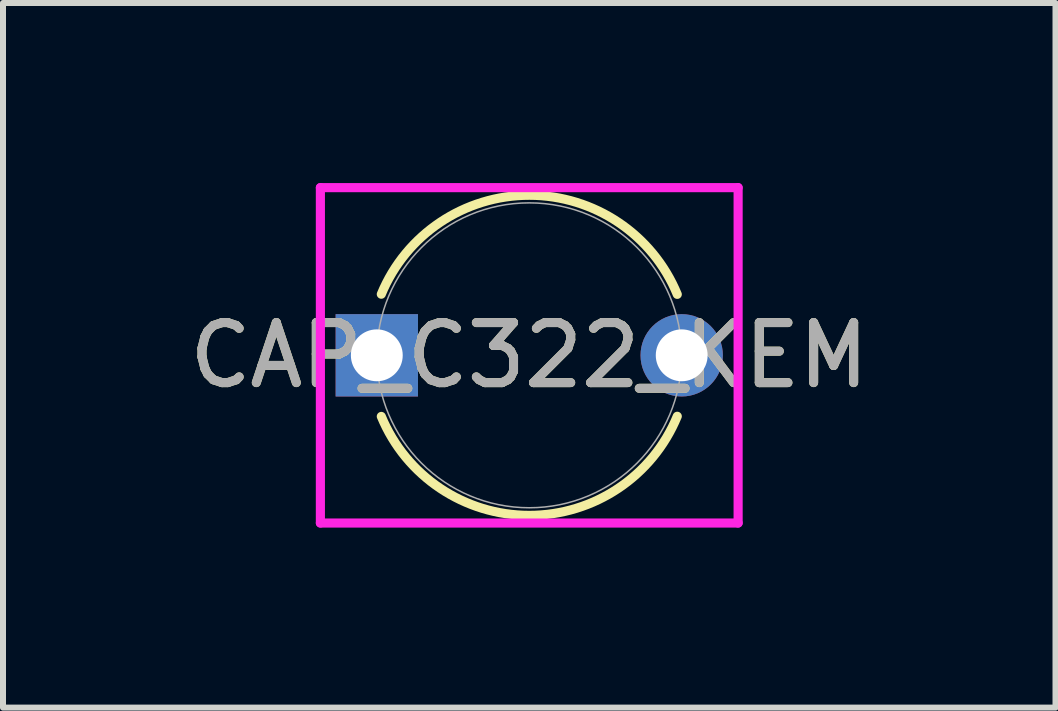
<source format=kicad_pcb>
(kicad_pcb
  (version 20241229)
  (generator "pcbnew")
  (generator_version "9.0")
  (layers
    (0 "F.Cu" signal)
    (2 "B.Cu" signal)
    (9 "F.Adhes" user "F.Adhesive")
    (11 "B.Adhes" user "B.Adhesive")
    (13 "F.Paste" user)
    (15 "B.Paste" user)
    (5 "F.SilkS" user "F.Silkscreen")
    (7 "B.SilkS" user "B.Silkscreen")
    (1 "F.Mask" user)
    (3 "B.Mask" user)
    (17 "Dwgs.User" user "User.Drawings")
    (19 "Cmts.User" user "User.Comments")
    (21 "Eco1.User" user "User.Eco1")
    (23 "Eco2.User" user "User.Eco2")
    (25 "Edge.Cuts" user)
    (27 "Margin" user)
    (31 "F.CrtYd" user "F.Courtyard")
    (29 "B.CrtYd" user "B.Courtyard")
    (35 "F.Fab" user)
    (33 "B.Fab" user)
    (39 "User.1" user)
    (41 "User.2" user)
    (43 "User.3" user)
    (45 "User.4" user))
  (footprint "CAP_C322_KEM"
    (layer "F.Cu")
    (at 5.768 2.87)
    (property "Reference" "CAP_C322_KEM" (at 0 0 0) (unlocked yes) (layer "F.SilkS") (effects (font (size 1 1) (thickness 0.15))))
    (attr through_hole)
    (fp_arc (start -2.464846 -1.01854) (mid 0.001458 -2.667) (end 2.465958 -1.015845) (stroke (width 0.1524) (type solid)) (layer "F.SilkS"))
    (fp_arc (start 2.465958 1.015846) (mid 0.001457 2.667) (end -2.464846 1.018539) (stroke (width 0.1524) (type solid)) (layer "F.SilkS"))
    (fp_line (start -3.48 -2.794) (end 3.48 -2.794) (stroke (width 0.152) (type solid)) (layer "F.CrtYd"))
    (fp_line (start -3.48 2.794) (end -3.48 -2.794) (stroke (width 0.152) (type solid)) (layer "F.CrtYd"))
    (fp_line (start 3.48 -2.794) (end 3.48 2.794) (stroke (width 0.152) (type solid)) (layer "F.CrtYd"))
    (fp_line (start 3.48 2.794) (end -3.48 2.794) (stroke (width 0.152) (type solid)) (layer "F.CrtYd"))
    (fp_circle (center 0 0) (end 2.54 0) (stroke (width 0.025) (type solid)) (fill no) (layer "F.Fab"))
    (fp_text user "${REFERENCE}" (at 0 0 0) (unlocked yes) (layer "F.Fab") (effects (font (size 1 1) (thickness 0.15))))
    (pad "1" thru_hole rect (at -2.54 0) (size 1.372 1.372) (drill 0.864) (layers "*.Cu" "*.Mask"))
    (pad "2" thru_hole circle (at 2.54 0) (size 1.372 1.372) (drill 0.864) (layers "*.Cu" "*.Mask")))
  (gr_rect
    (start -3 -3)
    (end 14.536 8.74)
    (stroke (width 0.1) (type default))
    (fill no)
    (layer "Edge.Cuts")))
</source>
